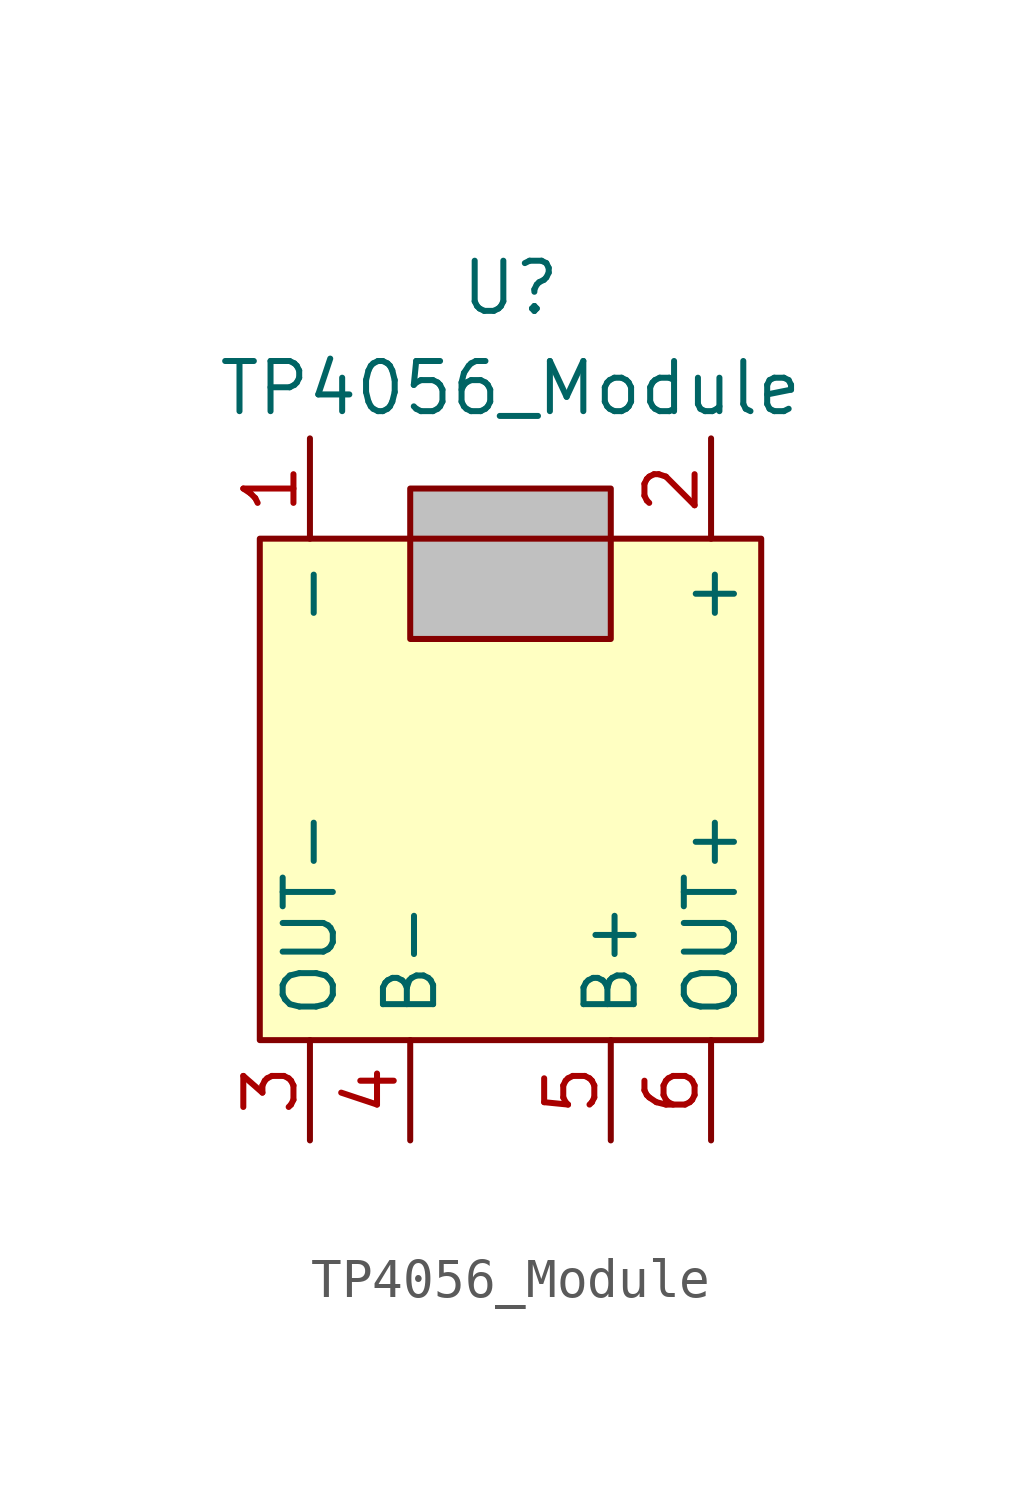
<source format=kicad_sym>
(kicad_symbol_lib
  (version 20220914)
  (generator kicad_symbol_editor)
  (symbol "TP4056_Module"
    (property "Reference" "U"
      (at 0 12.7 0)
      (effects (font (size 1.27 1.27))))
    (property "Value" "TP4056_Module"
      (at 0 10.16 0)
      (effects (font (size 1.27 1.27))))
    (symbol "TP4056_Module_1_1"
      (rectangle (start -6.35 6.35) (end 6.35 -6.35) (stroke (width 0) (type default)) (fill (type background)))
      (rectangle (start -2.54 7.62) (end 2.54 3.81) (stroke (width 0) (type default)) (fill (type color) (color 192 192 192 1)))
      (pin power_in line (at -5.08 8.89 270) (length 2.54) (name "-" (effects (font (size 1.27 1.27)))) (number "1" (effects (font (size 1.27 1.27)))))
      (pin power_in line (at 5.08 8.89 270) (length 2.54) (name "+" (effects (font (size 1.27 1.27)))) (number "2" (effects (font (size 1.27 1.27)))))
      (pin power_out line (at -5.08 -8.89 90) (length 2.54) (name "OUT-" (effects (font (size 1.27 1.27)))) (number "3" (effects (font (size 1.27 1.27)))))
      (pin power_in line (at -2.54 -8.89 90) (length 2.54) (name "B-" (effects (font (size 1.27 1.27)))) (number "4" (effects (font (size 1.27 1.27)))))
      (pin power_in line (at 2.54 -8.89 90) (length 2.54) (name "B+" (effects (font (size 1.27 1.27)))) (number "5" (effects (font (size 1.27 1.27)))))
      (pin power_out line (at 5.08 -8.89 90) (length 2.54) (name "OUT+" (effects (font (size 1.27 1.27)))) (number "6" (effects (font (size 1.27 1.27))))))))
</source>
